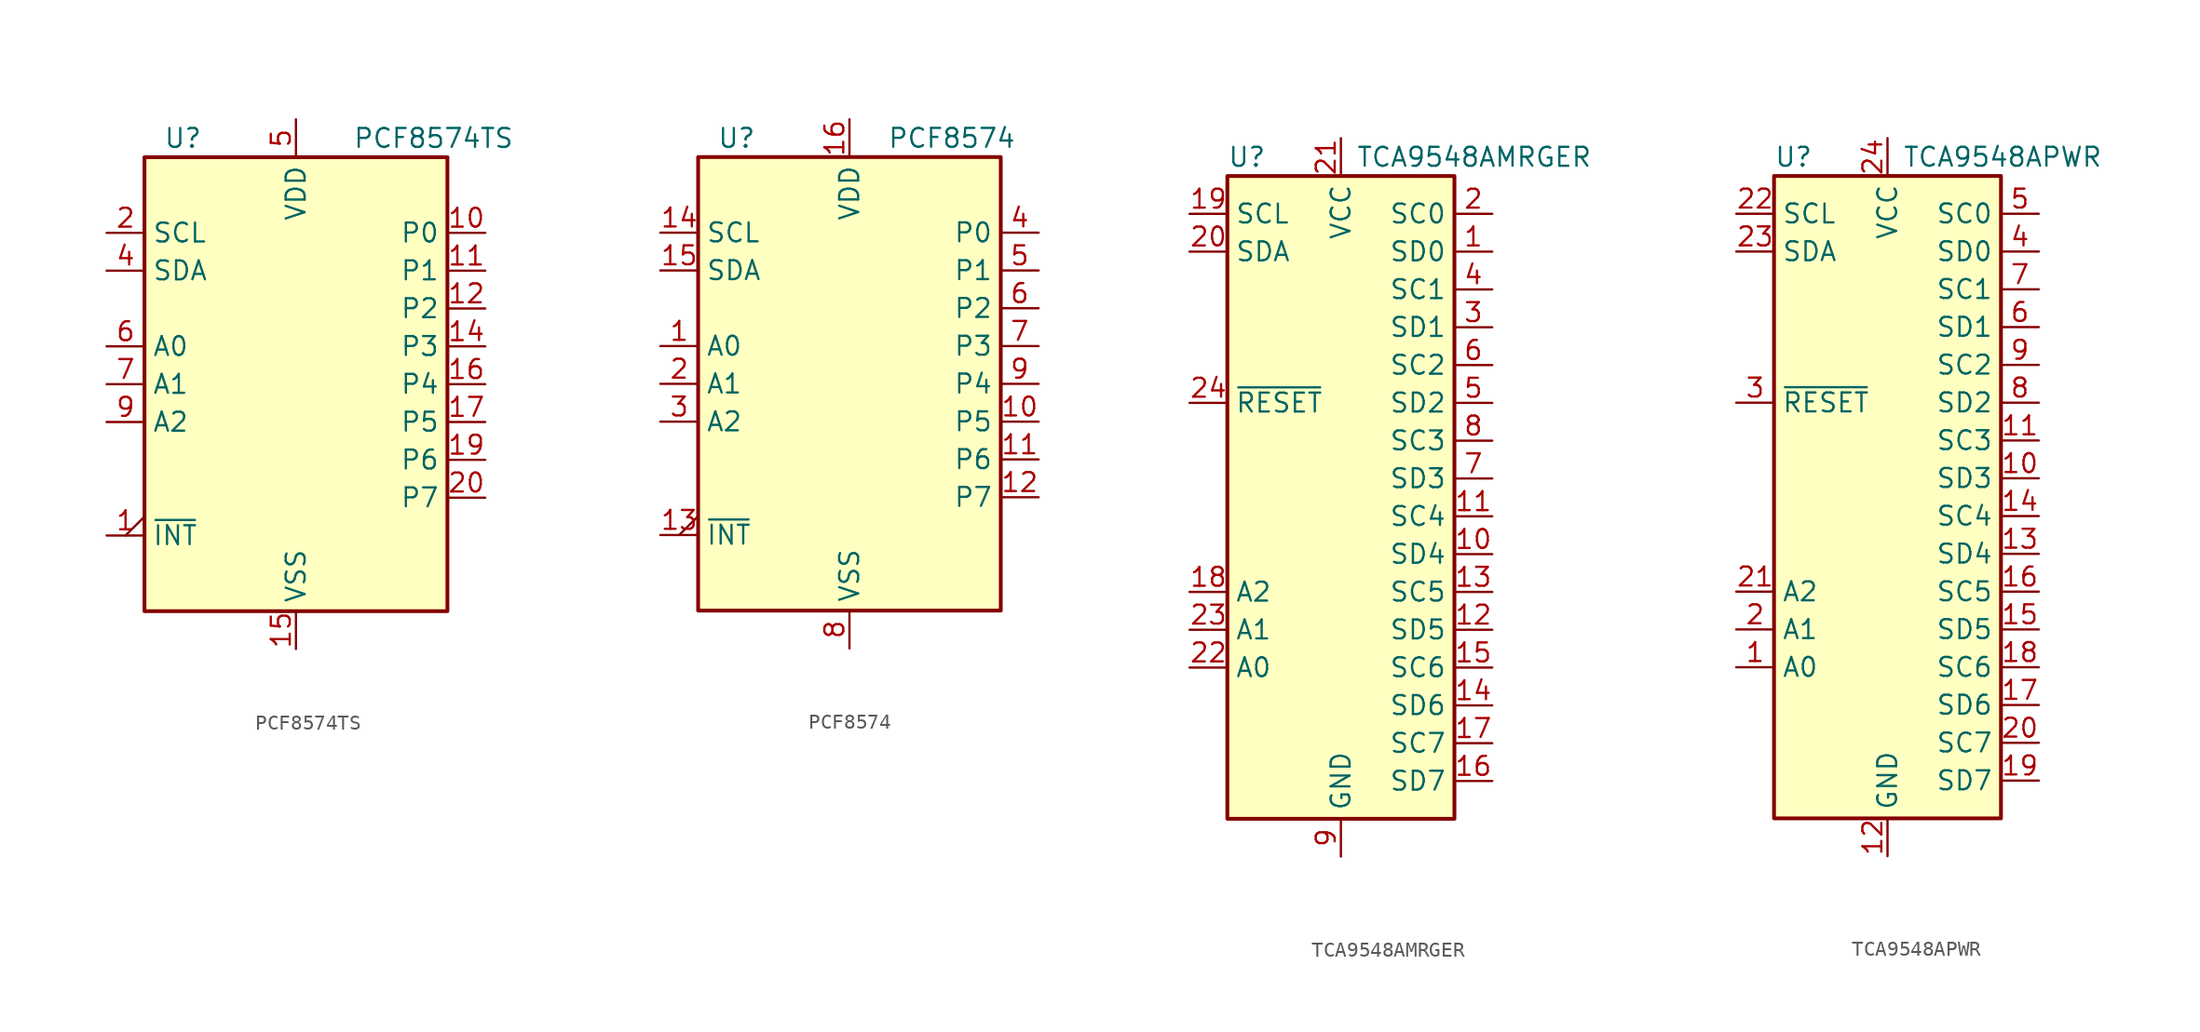
<source format=kicad_sym>
(kicad_symbol_lib
  (version 20201005)
  (generator kicad_symbol_editor)
  (symbol "PCF8574TS"
    (property "Reference" "U"
      (at -8.89 16.51 0)
      (effects (font (size 1.27 1.27)) (justify left)))
    (property "Value" "PCF8574TS"
      (at 3.81 16.51 0)
      (effects (font (size 1.27 1.27)) (justify left)))
    (symbol "PCF8574TS_0_1"
      (rectangle (start -10.16 15.24) (end 10.16 -15.24) (stroke (width 0.254)) (fill (type background))))
    (symbol "PCF8574TS_1_1"
      (pin open_collector output_low (at -12.7 -10.16 0) (length 2.54) (name "~INT~" (effects (font (size 1.27 1.27)))) (number "1" (effects (font (size 1.27 1.27)))))
      (pin bidirectional line (at 12.7 10.16 180) (length 2.54) (name "P0" (effects (font (size 1.27 1.27)))) (number "10" (effects (font (size 1.27 1.27)))))
      (pin bidirectional line (at 12.7 7.62 180) (length 2.54) (name "P1" (effects (font (size 1.27 1.27)))) (number "11" (effects (font (size 1.27 1.27)))))
      (pin bidirectional line (at 12.7 5.08 180) (length 2.54) (name "P2" (effects (font (size 1.27 1.27)))) (number "12" (effects (font (size 1.27 1.27)))))
      (pin no_connect line (at -10.16 -5.08 0) (length 2.54) hide (name "NC" (effects (font (size 1.27 1.27)))) (number "13" (effects (font (size 1.27 1.27)))))
      (pin bidirectional line (at 12.7 2.54 180) (length 2.54) (name "P3" (effects (font (size 1.27 1.27)))) (number "14" (effects (font (size 1.27 1.27)))))
      (pin power_in line (at 0 -17.78 90) (length 2.54) (name "VSS" (effects (font (size 1.27 1.27)))) (number "15" (effects (font (size 1.27 1.27)))))
      (pin bidirectional line (at 12.7 0 180) (length 2.54) (name "P4" (effects (font (size 1.27 1.27)))) (number "16" (effects (font (size 1.27 1.27)))))
      (pin bidirectional line (at 12.7 -2.54 180) (length 2.54) (name "P5" (effects (font (size 1.27 1.27)))) (number "17" (effects (font (size 1.27 1.27)))))
      (pin no_connect line (at -10.16 -7.62 0) (length 2.54) hide (name "NC" (effects (font (size 1.27 1.27)))) (number "18" (effects (font (size 1.27 1.27)))))
      (pin bidirectional line (at 12.7 -5.08 180) (length 2.54) (name "P6" (effects (font (size 1.27 1.27)))) (number "19" (effects (font (size 1.27 1.27)))))
      (pin input line (at -12.7 10.16 0) (length 2.54) (name "SCL" (effects (font (size 1.27 1.27)))) (number "2" (effects (font (size 1.27 1.27)))))
      (pin bidirectional line (at 12.7 -7.62 180) (length 2.54) (name "P7" (effects (font (size 1.27 1.27)))) (number "20" (effects (font (size 1.27 1.27)))))
      (pin no_connect line (at 10.16 -10.16 180) (length 2.54) hide (name "NC" (effects (font (size 1.27 1.27)))) (number "3" (effects (font (size 1.27 1.27)))))
      (pin bidirectional line (at -12.7 7.62 0) (length 2.54) (name "SDA" (effects (font (size 1.27 1.27)))) (number "4" (effects (font (size 1.27 1.27)))))
      (pin power_in line (at 0 17.78 270) (length 2.54) (name "VDD" (effects (font (size 1.27 1.27)))) (number "5" (effects (font (size 1.27 1.27)))))
      (pin input line (at -12.7 2.54 0) (length 2.54) (name "A0" (effects (font (size 1.27 1.27)))) (number "6" (effects (font (size 1.27 1.27)))))
      (pin input line (at -12.7 0 0) (length 2.54) (name "A1" (effects (font (size 1.27 1.27)))) (number "7" (effects (font (size 1.27 1.27)))))
      (pin no_connect line (at 10.16 -12.7 180) (length 2.54) hide (name "NC" (effects (font (size 1.27 1.27)))) (number "8" (effects (font (size 1.27 1.27)))))
      (pin input line (at -12.7 -2.54 0) (length 2.54) (name "A2" (effects (font (size 1.27 1.27)))) (number "9" (effects (font (size 1.27 1.27)))))))
  (symbol "PCF8574"
    (property "Reference" "U"
      (at -8.89 16.51 0)
      (effects (font (size 1.27 1.27)) (justify left)))
    (property "Value" "PCF8574"
      (at 2.54 16.51 0)
      (effects (font (size 1.27 1.27)) (justify left)))
    (symbol "PCF8574_0_1"
      (rectangle (start -10.16 15.24) (end 10.16 -15.24) (stroke (width 0.254)) (fill (type background))))
    (symbol "PCF8574_1_1"
      (pin input line (at -12.7 2.54 0) (length 2.54) (name "A0" (effects (font (size 1.27 1.27)))) (number "1" (effects (font (size 1.27 1.27)))))
      (pin bidirectional line (at 12.7 -2.54 180) (length 2.54) (name "P5" (effects (font (size 1.27 1.27)))) (number "10" (effects (font (size 1.27 1.27)))))
      (pin bidirectional line (at 12.7 -5.08 180) (length 2.54) (name "P6" (effects (font (size 1.27 1.27)))) (number "11" (effects (font (size 1.27 1.27)))))
      (pin bidirectional line (at 12.7 -7.62 180) (length 2.54) (name "P7" (effects (font (size 1.27 1.27)))) (number "12" (effects (font (size 1.27 1.27)))))
      (pin open_collector output_low (at -12.7 -10.16 0) (length 2.54) (name "~INT~" (effects (font (size 1.27 1.27)))) (number "13" (effects (font (size 1.27 1.27)))))
      (pin input line (at -12.7 10.16 0) (length 2.54) (name "SCL" (effects (font (size 1.27 1.27)))) (number "14" (effects (font (size 1.27 1.27)))))
      (pin bidirectional line (at -12.7 7.62 0) (length 2.54) (name "SDA" (effects (font (size 1.27 1.27)))) (number "15" (effects (font (size 1.27 1.27)))))
      (pin power_in line (at 0 17.78 270) (length 2.54) (name "VDD" (effects (font (size 1.27 1.27)))) (number "16" (effects (font (size 1.27 1.27)))))
      (pin input line (at -12.7 0 0) (length 2.54) (name "A1" (effects (font (size 1.27 1.27)))) (number "2" (effects (font (size 1.27 1.27)))))
      (pin input line (at -12.7 -2.54 0) (length 2.54) (name "A2" (effects (font (size 1.27 1.27)))) (number "3" (effects (font (size 1.27 1.27)))))
      (pin bidirectional line (at 12.7 10.16 180) (length 2.54) (name "P0" (effects (font (size 1.27 1.27)))) (number "4" (effects (font (size 1.27 1.27)))))
      (pin bidirectional line (at 12.7 7.62 180) (length 2.54) (name "P1" (effects (font (size 1.27 1.27)))) (number "5" (effects (font (size 1.27 1.27)))))
      (pin bidirectional line (at 12.7 5.08 180) (length 2.54) (name "P2" (effects (font (size 1.27 1.27)))) (number "6" (effects (font (size 1.27 1.27)))))
      (pin bidirectional line (at 12.7 2.54 180) (length 2.54) (name "P3" (effects (font (size 1.27 1.27)))) (number "7" (effects (font (size 1.27 1.27)))))
      (pin power_in line (at 0 -17.78 90) (length 2.54) (name "VSS" (effects (font (size 1.27 1.27)))) (number "8" (effects (font (size 1.27 1.27)))))
      (pin bidirectional line (at 12.7 0 180) (length 2.54) (name "P4" (effects (font (size 1.27 1.27)))) (number "9" (effects (font (size 1.27 1.27)))))))
  (symbol "TCA9548AMRGER"
    (property "Reference" "U"
      (at -7.62 21.59 0)
      (effects (font (size 1.27 1.27)) (justify left)))
    (property "Value" "TCA9548AMRGER"
      (at 1.016 21.59 0)
      (effects (font (size 1.27 1.27)) (justify left)))
    (symbol "TCA9548AMRGER_0_1"
      (rectangle (start -7.62 20.32) (end 7.62 -22.86) (stroke (width 0.254)) (fill (type background))))
    (symbol "TCA9548AMRGER_1_1"
      (pin bidirectional line (at 10.16 15.24 180) (length 2.54) (name "SD0" (effects (font (size 1.27 1.27)))) (number "1" (effects (font (size 1.27 1.27)))))
      (pin bidirectional line (at 10.16 -5.08 180) (length 2.54) (name "SD4" (effects (font (size 1.27 1.27)))) (number "10" (effects (font (size 1.27 1.27)))))
      (pin output line (at 10.16 -2.54 180) (length 2.54) (name "SC4" (effects (font (size 1.27 1.27)))) (number "11" (effects (font (size 1.27 1.27)))))
      (pin bidirectional line (at 10.16 -10.16 180) (length 2.54) (name "SD5" (effects (font (size 1.27 1.27)))) (number "12" (effects (font (size 1.27 1.27)))))
      (pin output line (at 10.16 -7.62 180) (length 2.54) (name "SC5" (effects (font (size 1.27 1.27)))) (number "13" (effects (font (size 1.27 1.27)))))
      (pin bidirectional line (at 10.16 -15.24 180) (length 2.54) (name "SD6" (effects (font (size 1.27 1.27)))) (number "14" (effects (font (size 1.27 1.27)))))
      (pin output line (at 10.16 -12.7 180) (length 2.54) (name "SC6" (effects (font (size 1.27 1.27)))) (number "15" (effects (font (size 1.27 1.27)))))
      (pin bidirectional line (at 10.16 -20.32 180) (length 2.54) (name "SD7" (effects (font (size 1.27 1.27)))) (number "16" (effects (font (size 1.27 1.27)))))
      (pin output line (at 10.16 -17.78 180) (length 2.54) (name "SC7" (effects (font (size 1.27 1.27)))) (number "17" (effects (font (size 1.27 1.27)))))
      (pin input line (at -10.16 -7.62 0) (length 2.54) (name "A2" (effects (font (size 1.27 1.27)))) (number "18" (effects (font (size 1.27 1.27)))))
      (pin input line (at -10.16 17.78 0) (length 2.54) (name "SCL" (effects (font (size 1.27 1.27)))) (number "19" (effects (font (size 1.27 1.27)))))
      (pin output line (at 10.16 17.78 180) (length 2.54) (name "SC0" (effects (font (size 1.27 1.27)))) (number "2" (effects (font (size 1.27 1.27)))))
      (pin bidirectional line (at -10.16 15.24 0) (length 2.54) (name "SDA" (effects (font (size 1.27 1.27)))) (number "20" (effects (font (size 1.27 1.27)))))
      (pin power_in line (at 0 22.86 270) (length 2.54) (name "VCC" (effects (font (size 1.27 1.27)))) (number "21" (effects (font (size 1.27 1.27)))))
      (pin input line (at -10.16 -12.7 0) (length 2.54) (name "A0" (effects (font (size 1.27 1.27)))) (number "22" (effects (font (size 1.27 1.27)))))
      (pin input line (at -10.16 -10.16 0) (length 2.54) (name "A1" (effects (font (size 1.27 1.27)))) (number "23" (effects (font (size 1.27 1.27)))))
      (pin input line (at -10.16 5.08 0) (length 2.54) (name "~RESET" (effects (font (size 1.27 1.27)))) (number "24" (effects (font (size 1.27 1.27)))))
      (pin no_connect line (at -7.62 -15.24 0) (length 2.54) hide (name "1EP" (effects (font (size 1.27 1.27)))) (number "25" (effects (font (size 1.27 1.27)))))
      (pin bidirectional line (at 10.16 10.16 180) (length 2.54) (name "SD1" (effects (font (size 1.27 1.27)))) (number "3" (effects (font (size 1.27 1.27)))))
      (pin output line (at 10.16 12.7 180) (length 2.54) (name "SC1" (effects (font (size 1.27 1.27)))) (number "4" (effects (font (size 1.27 1.27)))))
      (pin bidirectional line (at 10.16 5.08 180) (length 2.54) (name "SD2" (effects (font (size 1.27 1.27)))) (number "5" (effects (font (size 1.27 1.27)))))
      (pin output line (at 10.16 7.62 180) (length 2.54) (name "SC2" (effects (font (size 1.27 1.27)))) (number "6" (effects (font (size 1.27 1.27)))))
      (pin bidirectional line (at 10.16 0 180) (length 2.54) (name "SD3" (effects (font (size 1.27 1.27)))) (number "7" (effects (font (size 1.27 1.27)))))
      (pin output line (at 10.16 2.54 180) (length 2.54) (name "SC3" (effects (font (size 1.27 1.27)))) (number "8" (effects (font (size 1.27 1.27)))))
      (pin power_in line (at 0 -25.4 90) (length 2.54) (name "GND" (effects (font (size 1.27 1.27)))) (number "9" (effects (font (size 1.27 1.27)))))))
  (symbol "TCA9548APWR"
    (property "Reference" "U"
      (at -7.62 21.59 0)
      (effects (font (size 1.27 1.27)) (justify left)))
    (property "Value" "TCA9548APWR"
      (at 1.016 21.59 0)
      (effects (font (size 1.27 1.27)) (justify left)))
    (symbol "TCA9548APWR_0_1"
      (rectangle (start -7.62 20.32) (end 7.62 -22.86) (stroke (width 0.254)) (fill (type background))))
    (symbol "TCA9548APWR_1_1"
      (pin input line (at -10.16 -12.7 0) (length 2.54) (name "A0" (effects (font (size 1.27 1.27)))) (number "1" (effects (font (size 1.27 1.27)))))
      (pin bidirectional line (at 10.16 0 180) (length 2.54) (name "SD3" (effects (font (size 1.27 1.27)))) (number "10" (effects (font (size 1.27 1.27)))))
      (pin output line (at 10.16 2.54 180) (length 2.54) (name "SC3" (effects (font (size 1.27 1.27)))) (number "11" (effects (font (size 1.27 1.27)))))
      (pin power_in line (at 0 -25.4 90) (length 2.54) (name "GND" (effects (font (size 1.27 1.27)))) (number "12" (effects (font (size 1.27 1.27)))))
      (pin bidirectional line (at 10.16 -5.08 180) (length 2.54) (name "SD4" (effects (font (size 1.27 1.27)))) (number "13" (effects (font (size 1.27 1.27)))))
      (pin output line (at 10.16 -2.54 180) (length 2.54) (name "SC4" (effects (font (size 1.27 1.27)))) (number "14" (effects (font (size 1.27 1.27)))))
      (pin bidirectional line (at 10.16 -10.16 180) (length 2.54) (name "SD5" (effects (font (size 1.27 1.27)))) (number "15" (effects (font (size 1.27 1.27)))))
      (pin output line (at 10.16 -7.62 180) (length 2.54) (name "SC5" (effects (font (size 1.27 1.27)))) (number "16" (effects (font (size 1.27 1.27)))))
      (pin bidirectional line (at 10.16 -15.24 180) (length 2.54) (name "SD6" (effects (font (size 1.27 1.27)))) (number "17" (effects (font (size 1.27 1.27)))))
      (pin output line (at 10.16 -12.7 180) (length 2.54) (name "SC6" (effects (font (size 1.27 1.27)))) (number "18" (effects (font (size 1.27 1.27)))))
      (pin bidirectional line (at 10.16 -20.32 180) (length 2.54) (name "SD7" (effects (font (size 1.27 1.27)))) (number "19" (effects (font (size 1.27 1.27)))))
      (pin input line (at -10.16 -10.16 0) (length 2.54) (name "A1" (effects (font (size 1.27 1.27)))) (number "2" (effects (font (size 1.27 1.27)))))
      (pin output line (at 10.16 -17.78 180) (length 2.54) (name "SC7" (effects (font (size 1.27 1.27)))) (number "20" (effects (font (size 1.27 1.27)))))
      (pin input line (at -10.16 -7.62 0) (length 2.54) (name "A2" (effects (font (size 1.27 1.27)))) (number "21" (effects (font (size 1.27 1.27)))))
      (pin input line (at -10.16 17.78 0) (length 2.54) (name "SCL" (effects (font (size 1.27 1.27)))) (number "22" (effects (font (size 1.27 1.27)))))
      (pin bidirectional line (at -10.16 15.24 0) (length 2.54) (name "SDA" (effects (font (size 1.27 1.27)))) (number "23" (effects (font (size 1.27 1.27)))))
      (pin power_in line (at 0 22.86 270) (length 2.54) (name "VCC" (effects (font (size 1.27 1.27)))) (number "24" (effects (font (size 1.27 1.27)))))
      (pin input line (at -10.16 5.08 0) (length 2.54) (name "~RESET" (effects (font (size 1.27 1.27)))) (number "3" (effects (font (size 1.27 1.27)))))
      (pin bidirectional line (at 10.16 15.24 180) (length 2.54) (name "SD0" (effects (font (size 1.27 1.27)))) (number "4" (effects (font (size 1.27 1.27)))))
      (pin output line (at 10.16 17.78 180) (length 2.54) (name "SC0" (effects (font (size 1.27 1.27)))) (number "5" (effects (font (size 1.27 1.27)))))
      (pin bidirectional line (at 10.16 10.16 180) (length 2.54) (name "SD1" (effects (font (size 1.27 1.27)))) (number "6" (effects (font (size 1.27 1.27)))))
      (pin output line (at 10.16 12.7 180) (length 2.54) (name "SC1" (effects (font (size 1.27 1.27)))) (number "7" (effects (font (size 1.27 1.27)))))
      (pin bidirectional line (at 10.16 5.08 180) (length 2.54) (name "SD2" (effects (font (size 1.27 1.27)))) (number "8" (effects (font (size 1.27 1.27)))))
      (pin output line (at 10.16 7.62 180) (length 2.54) (name "SC2" (effects (font (size 1.27 1.27)))) (number "9" (effects (font (size 1.27 1.27))))))))
</source>
